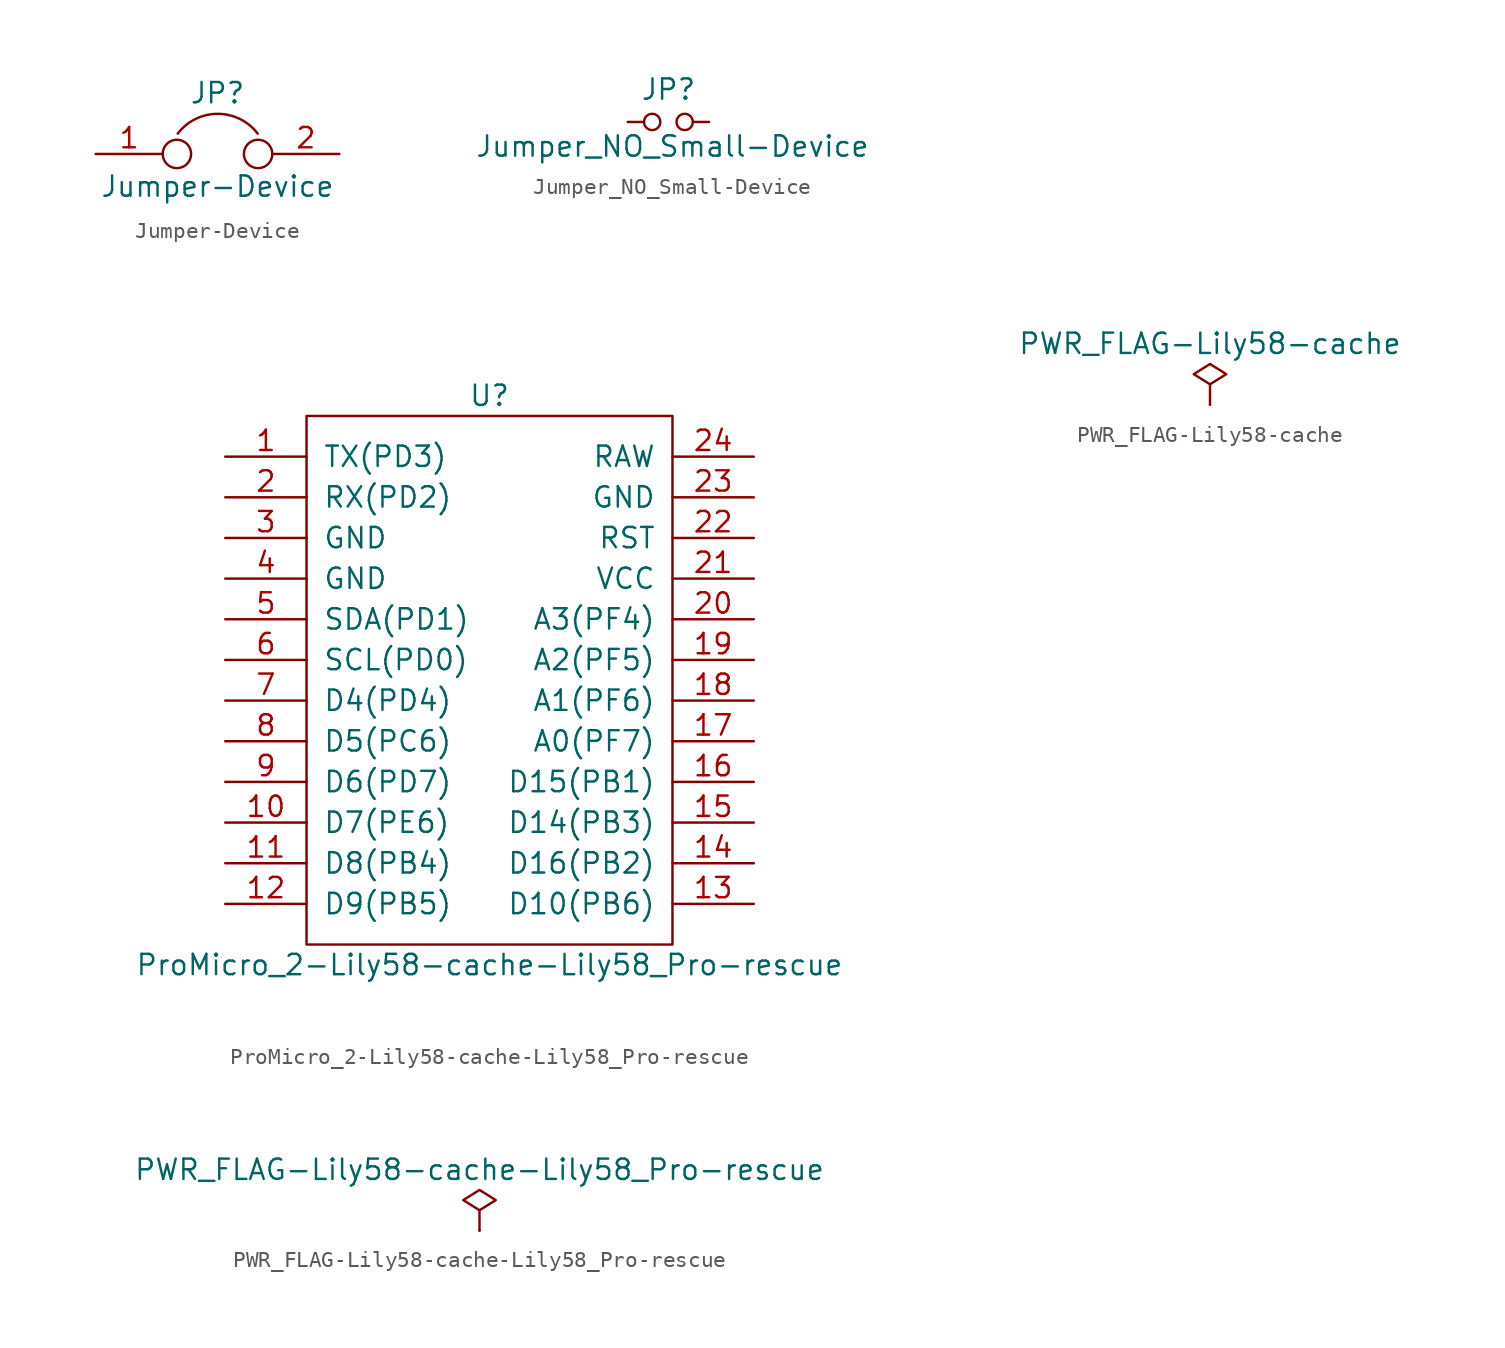
<source format=kicad_sym>
(kicad_symbol_lib
  (version 20231120)
  (generator "kicad_symbol_editor")
  (generator_version "8.0")
  (symbol "Jumper-Device"
    (pin_names
      (offset 0.762) hide)
    (property "Reference" "JP"
      (at 0 3.81 0)
      (effects (font (size 1.27 1.27))))
    (property "Value" "Jumper-Device"
      (at 0 -2.032 0)
      (effects (font (size 1.27 1.27))))
    (symbol "Jumper-Device_0_1"
      (circle (center -2.54 0) (radius 0.889) (stroke (width 0) (type solid)) (fill (type none)))
      (arc (start 2.5146 1.27) (mid 0.0078 2.5097) (end -2.4892 1.27) (stroke (width 0) (type solid)) (fill (type none)))
      (circle (center 2.54 0) (radius 0.889) (stroke (width 0) (type solid)) (fill (type none)))
      (pin passive line (at -7.62 0 0) (length 4.191) (name "1" (effects (font (size 1.27 1.27)))) (number "1" (effects (font (size 1.27 1.27)))))
      (pin passive line (at 7.62 0 180) (length 4.191) (name "2" (effects (font (size 1.27 1.27)))) (number "2" (effects (font (size 1.27 1.27)))))))
  (symbol "Jumper_NO_Small-Device"
    (pin_numbers hide)
    (pin_names
      (offset 0.762) hide)
    (property "Reference" "JP"
      (at 0 2.032 0)
      (effects (font (size 1.27 1.27))))
    (property "Value" "Jumper_NO_Small-Device"
      (at 0.254 -1.524 0)
      (effects (font (size 1.27 1.27))))
    (symbol "Jumper_NO_Small-Device_0_1"
      (circle (center -1.016 0) (radius 0.508) (stroke (width 0) (type solid)) (fill (type none)))
      (circle (center 1.016 0) (radius 0.508) (stroke (width 0) (type solid)) (fill (type none)))
      (pin passive line (at -2.54 0 0) (length 1.016) (name "1" (effects (font (size 1.27 1.27)))) (number "1" (effects (font (size 1.27 1.27)))))
      (pin passive line (at 2.54 0 180) (length 1.016) (name "2" (effects (font (size 1.27 1.27)))) (number "2" (effects (font (size 1.27 1.27)))))))
  (symbol "ProMicro_2-Lily58-cache-Lily58_Pro-rescue"
    (pin_names
      (offset 1.016))
    (property "Reference" "U"
      (at 0 17.78 0)
      (effects (font (size 1.27 1.27))))
    (property "Value" "ProMicro_2-Lily58-cache-Lily58_Pro-rescue"
      (at 0 -17.78 0)
      (effects (font (size 1.27 1.27))))
    (symbol "ProMicro_2-Lily58-cache-Lily58_Pro-rescue_0_1"
      (rectangle (start -11.43 16.51) (end 11.43 -16.51) (stroke (width 0) (type solid)) (fill (type none))))
    (symbol "ProMicro_2-Lily58-cache-Lily58_Pro-rescue_1_1"
      (pin bidirectional line (at -16.51 13.97 0) (length 5.08) (name "TX(PD3)" (effects (font (size 1.27 1.27)))) (number "1" (effects (font (size 1.27 1.27)))))
      (pin input line (at -16.51 -8.89 0) (length 5.08) (name "D7(PE6)" (effects (font (size 1.27 1.27)))) (number "10" (effects (font (size 1.27 1.27)))))
      (pin input line (at -16.51 -11.43 0) (length 5.08) (name "D8(PB4)" (effects (font (size 1.27 1.27)))) (number "11" (effects (font (size 1.27 1.27)))))
      (pin input line (at -16.51 -13.97 0) (length 5.08) (name "D9(PB5)" (effects (font (size 1.27 1.27)))) (number "12" (effects (font (size 1.27 1.27)))))
      (pin input line (at 16.51 -13.97 180) (length 5.08) (name "D10(PB6)" (effects (font (size 1.27 1.27)))) (number "13" (effects (font (size 1.27 1.27)))))
      (pin input line (at 16.51 -11.43 180) (length 5.08) (name "D16(PB2)" (effects (font (size 1.27 1.27)))) (number "14" (effects (font (size 1.27 1.27)))))
      (pin input line (at 16.51 -8.89 180) (length 5.08) (name "D14(PB3)" (effects (font (size 1.27 1.27)))) (number "15" (effects (font (size 1.27 1.27)))))
      (pin input line (at 16.51 -6.35 180) (length 5.08) (name "D15(PB1)" (effects (font (size 1.27 1.27)))) (number "16" (effects (font (size 1.27 1.27)))))
      (pin input line (at 16.51 -3.81 180) (length 5.08) (name "A0(PF7)" (effects (font (size 1.27 1.27)))) (number "17" (effects (font (size 1.27 1.27)))))
      (pin input line (at 16.51 -1.27 180) (length 5.08) (name "A1(PF6)" (effects (font (size 1.27 1.27)))) (number "18" (effects (font (size 1.27 1.27)))))
      (pin input line (at 16.51 1.27 180) (length 5.08) (name "A2(PF5)" (effects (font (size 1.27 1.27)))) (number "19" (effects (font (size 1.27 1.27)))))
      (pin input line (at -16.51 11.43 0) (length 5.08) (name "RX(PD2)" (effects (font (size 1.27 1.27)))) (number "2" (effects (font (size 1.27 1.27)))))
      (pin input line (at 16.51 3.81 180) (length 5.08) (name "A3(PF4)" (effects (font (size 1.27 1.27)))) (number "20" (effects (font (size 1.27 1.27)))))
      (pin input line (at 16.51 6.35 180) (length 5.08) (name "VCC" (effects (font (size 1.27 1.27)))) (number "21" (effects (font (size 1.27 1.27)))))
      (pin input line (at 16.51 8.89 180) (length 5.08) (name "RST" (effects (font (size 1.27 1.27)))) (number "22" (effects (font (size 1.27 1.27)))))
      (pin input line (at 16.51 11.43 180) (length 5.08) (name "GND" (effects (font (size 1.27 1.27)))) (number "23" (effects (font (size 1.27 1.27)))))
      (pin input line (at 16.51 13.97 180) (length 5.08) (name "RAW" (effects (font (size 1.27 1.27)))) (number "24" (effects (font (size 1.27 1.27)))))
      (pin input line (at -16.51 8.89 0) (length 5.08) (name "GND" (effects (font (size 1.27 1.27)))) (number "3" (effects (font (size 1.27 1.27)))))
      (pin input line (at -16.51 6.35 0) (length 5.08) (name "GND" (effects (font (size 1.27 1.27)))) (number "4" (effects (font (size 1.27 1.27)))))
      (pin input line (at -16.51 3.81 0) (length 5.08) (name "SDA(PD1)" (effects (font (size 1.27 1.27)))) (number "5" (effects (font (size 1.27 1.27)))))
      (pin input line (at -16.51 1.27 0) (length 5.08) (name "SCL(PD0)" (effects (font (size 1.27 1.27)))) (number "6" (effects (font (size 1.27 1.27)))))
      (pin input line (at -16.51 -1.27 0) (length 5.08) (name "D4(PD4)" (effects (font (size 1.27 1.27)))) (number "7" (effects (font (size 1.27 1.27)))))
      (pin input line (at -16.51 -3.81 0) (length 5.08) (name "D5(PC6)" (effects (font (size 1.27 1.27)))) (number "8" (effects (font (size 1.27 1.27)))))
      (pin input line (at -16.51 -6.35 0) (length 5.08) (name "D6(PD7)" (effects (font (size 1.27 1.27)))) (number "9" (effects (font (size 1.27 1.27)))))))
  (symbol "PWR_FLAG-Lily58-cache"
    (power)
    (pin_numbers hide)
    (pin_names
      (offset 0) hide)
    (property "Reference" "#FLG"
      (at 0 0 0)
      (effects (font (size 1.27 1.27)) (hide yes)))
    (property "Value" "PWR_FLAG-Lily58-cache"
      (at 0 3.81 0)
      (effects (font (size 1.27 1.27))))
    (symbol "PWR_FLAG-Lily58-cache_0_0"
      (pin power_out line (at 0 0 90) (length 0) (name "pwr" (effects (font (size 1.27 1.27)))) (number "1" (effects (font (size 1.27 1.27))))))
    (symbol "PWR_FLAG-Lily58-cache_0_1"
      (polyline (pts (xy 0 0) (xy 0 1.27) (xy -1.016 1.905) (xy 0 2.54) (xy 1.016 1.905) (xy 0 1.27)) (stroke (width 0) (type solid)) (fill (type none)))))
  (symbol "PWR_FLAG-Lily58-cache-Lily58_Pro-rescue"
    (power)
    (pin_numbers hide)
    (pin_names
      (offset 0) hide)
    (property "Reference" "#FLG"
      (at 0 0 0)
      (effects (font (size 1.27 1.27)) (hide yes)))
    (property "Value" "PWR_FLAG-Lily58-cache-Lily58_Pro-rescue"
      (at 0 3.81 0)
      (effects (font (size 1.27 1.27))))
    (symbol "PWR_FLAG-Lily58-cache-Lily58_Pro-rescue_0_0"
      (pin power_out line (at 0 0 90) (length 0) (name "pwr" (effects (font (size 1.27 1.27)))) (number "1" (effects (font (size 1.27 1.27))))))
    (symbol "PWR_FLAG-Lily58-cache-Lily58_Pro-rescue_0_1"
      (polyline (pts (xy 0 0) (xy 0 1.27) (xy -1.016 1.905) (xy 0 2.54) (xy 1.016 1.905) (xy 0 1.27)) (stroke (width 0) (type solid)) (fill (type none))))))
</source>
